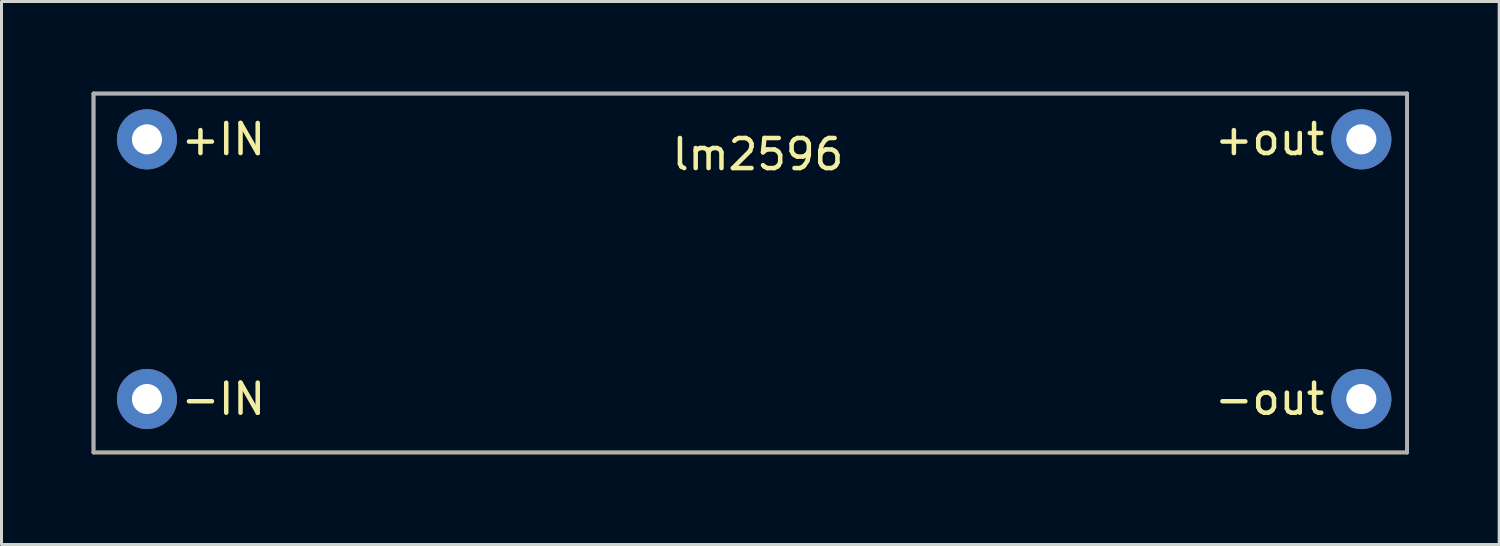
<source format=kicad_pcb>
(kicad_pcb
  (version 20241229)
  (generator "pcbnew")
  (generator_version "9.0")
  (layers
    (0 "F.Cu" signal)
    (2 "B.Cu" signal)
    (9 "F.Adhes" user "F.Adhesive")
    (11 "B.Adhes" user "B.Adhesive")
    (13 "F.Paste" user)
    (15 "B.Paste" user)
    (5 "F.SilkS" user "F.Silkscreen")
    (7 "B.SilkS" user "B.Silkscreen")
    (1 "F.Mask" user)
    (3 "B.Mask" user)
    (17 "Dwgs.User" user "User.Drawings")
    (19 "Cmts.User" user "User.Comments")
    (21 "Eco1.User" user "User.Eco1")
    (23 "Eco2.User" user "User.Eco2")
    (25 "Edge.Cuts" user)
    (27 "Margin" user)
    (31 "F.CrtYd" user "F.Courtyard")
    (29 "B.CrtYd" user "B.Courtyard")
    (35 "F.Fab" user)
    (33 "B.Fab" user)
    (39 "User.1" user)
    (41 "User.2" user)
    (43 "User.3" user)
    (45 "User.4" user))
  (footprint "lm2596"
    (layer "F.Cu")
    (at 25.206 5.902)
    (property "Reference" "lm2596" (at -3.048 -3.818 0) (layer "F.SilkS") (effects (font (size 1 1) (thickness 0.15))))
    (attr through_hole)
    (fp_line (start -25.146 -5.842) (end -25.146 6.096) (stroke (width 0.12) (type solid)) (layer "F.SilkS"))
    (fp_line (start -25.146 6.096) (end 18.542 6.096) (stroke (width 0.12) (type solid)) (layer "F.SilkS"))
    (fp_line (start 18.542 -5.842) (end -25.146 -5.842) (stroke (width 0.12) (type solid)) (layer "F.SilkS"))
    (fp_line (start 18.542 6.096) (end 18.542 -5.842) (stroke (width 0.12) (type solid)) (layer "F.SilkS"))
    (fp_line (start -25.146 -5.842) (end 18.542 -5.842) (stroke (width 0.12) (type solid)) (layer "F.Fab"))
    (fp_line (start -25.146 6.096) (end -25.146 -5.842) (stroke (width 0.12) (type solid)) (layer "F.Fab"))
    (fp_line (start 18.542 -5.842) (end 18.542 6.096) (stroke (width 0.12) (type solid)) (layer "F.Fab"))
    (fp_line (start 18.542 6.096) (end -25.146 6.096) (stroke (width 0.12) (type solid)) (layer "F.Fab"))
    (fp_text user "+IN" (at -20.828 -4.318 0) (layer "F.SilkS") (effects (font (size 1 1) (thickness 0.15))))
    (fp_text user "-out" (at 13.97 4.318 0) (layer "F.SilkS") (effects (font (size 1 1) (thickness 0.15))))
    (fp_text user "-IN" (at -20.828 4.318 0) (layer "F.SilkS") (effects (font (size 1 1) (thickness 0.15))))
    (fp_text user "+out" (at 13.97 -4.318 0) (layer "F.SilkS") (effects (font (size 1 1) (thickness 0.15))))
    (pad "1" thru_hole circle (at -23.368 -4.318) (size 2 2) (drill 1) (layers "*.Cu" "*.Mask"))
    (pad "2" thru_hole circle (at -23.368 4.318) (size 2 2) (drill 1) (layers "*.Cu" "*.Mask"))
    (pad "3" thru_hole circle (at 17.018 -4.318) (size 2 2) (drill 1) (layers "*.Cu" "*.Mask"))
    (pad "4" thru_hole circle (at 17.018 4.318) (size 2 2) (drill 1) (layers "*.Cu" "*.Mask")))
  (gr_rect
    (start -3 -3)
    (end 46.808 15.058)
    (stroke (width 0.1) (type default))
    (fill no)
    (layer "Edge.Cuts")))
</source>
